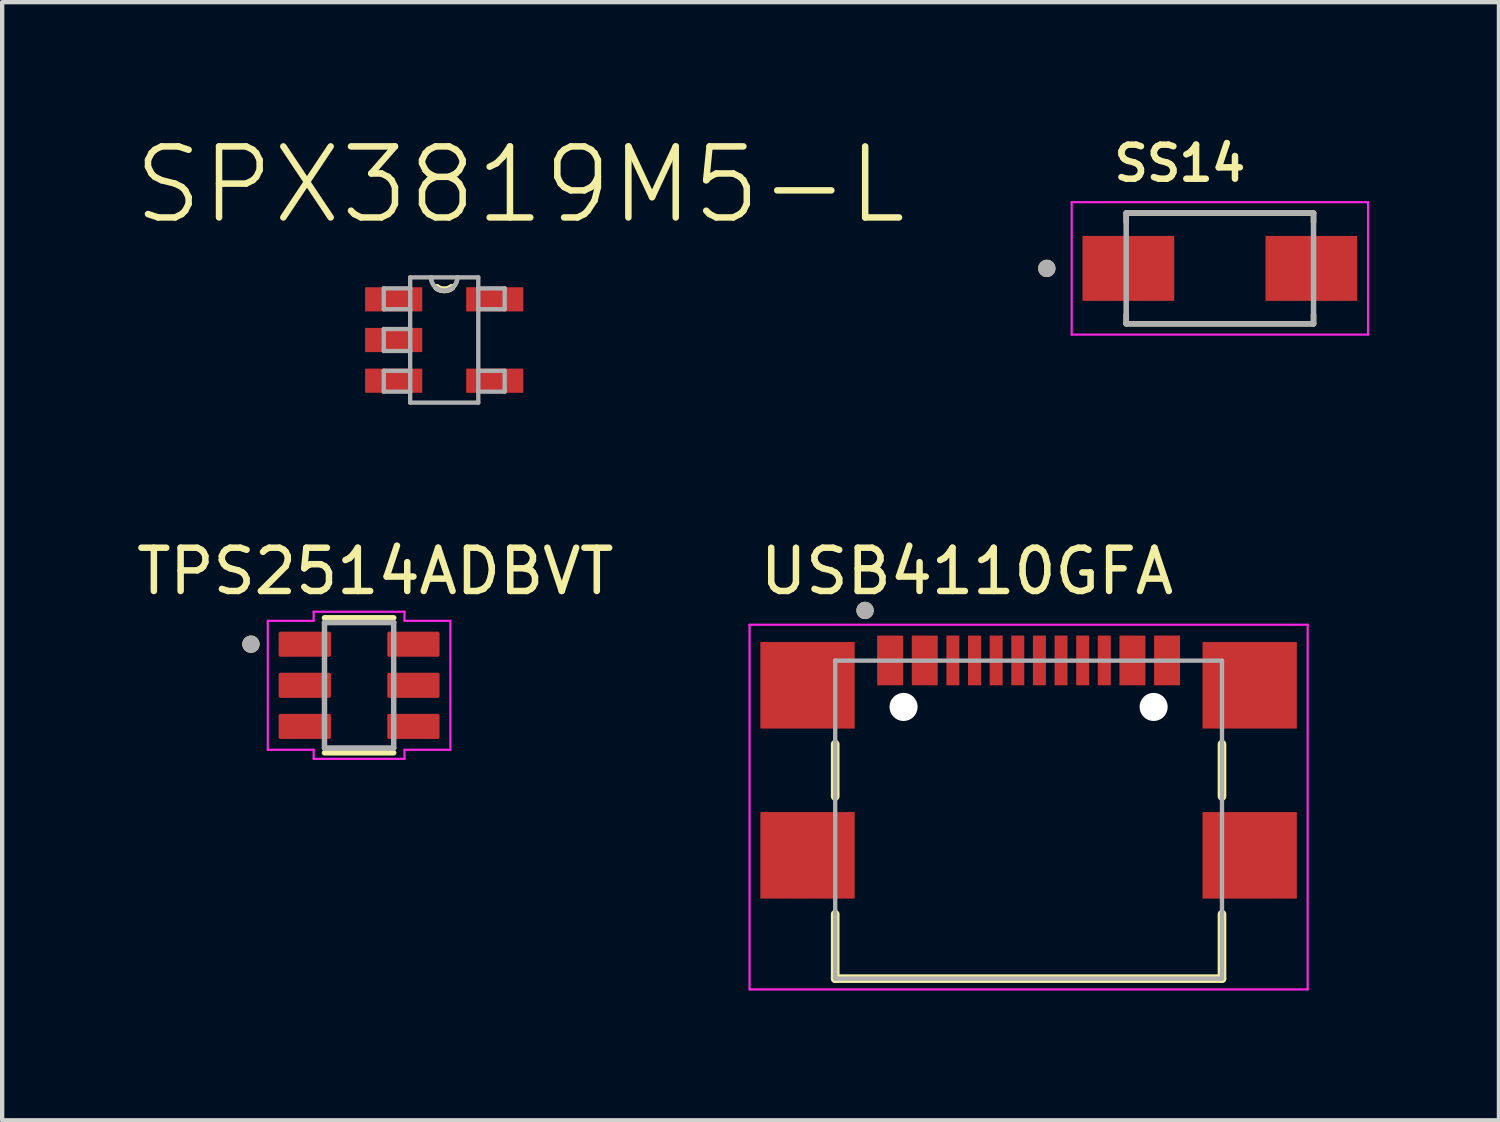
<source format=kicad_pcb>
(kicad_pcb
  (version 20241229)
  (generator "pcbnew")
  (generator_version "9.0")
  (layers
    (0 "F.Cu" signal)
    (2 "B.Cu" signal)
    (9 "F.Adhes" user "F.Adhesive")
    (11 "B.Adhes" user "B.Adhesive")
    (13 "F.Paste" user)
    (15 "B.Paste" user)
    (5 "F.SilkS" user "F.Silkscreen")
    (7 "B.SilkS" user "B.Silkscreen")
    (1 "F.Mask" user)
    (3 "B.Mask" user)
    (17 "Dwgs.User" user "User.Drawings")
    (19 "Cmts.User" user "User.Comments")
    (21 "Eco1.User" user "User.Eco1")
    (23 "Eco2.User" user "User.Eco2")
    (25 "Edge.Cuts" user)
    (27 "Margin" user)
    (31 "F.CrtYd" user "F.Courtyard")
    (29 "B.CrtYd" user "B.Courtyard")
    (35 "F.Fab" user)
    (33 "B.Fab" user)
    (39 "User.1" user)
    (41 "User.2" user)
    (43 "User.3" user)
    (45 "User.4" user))
  (footprint "USB4110GFA"
    (layer "F.Cu")
    (at 20.725 13.29)
    (property "Reference" "USB4110GFA" (at -1.425 -3.135 0) (layer "F.SilkS") (effects (font (size 1 1) (thickness 0.15))))
    (attr smd)
    (fp_line (start -4.47 0.86) (end -4.47 2.07) (stroke (width 0.2) (type solid)) (layer "F.SilkS"))
    (fp_line (start -4.47 4.79) (end -4.47 6.28) (stroke (width 0.2) (type solid)) (layer "F.SilkS"))
    (fp_line (start -4.47 6.28) (end 4.47 6.28) (stroke (width 0.2) (type solid)) (layer "F.SilkS"))
    (fp_line (start 4.47 0.86) (end 4.47 2.07) (stroke (width 0.2) (type solid)) (layer "F.SilkS"))
    (fp_line (start 4.47 6.28) (end 4.47 4.79) (stroke (width 0.2) (type solid)) (layer "F.SilkS"))
    (fp_circle (center -3.78 -2.23) (end -3.68 -2.23) (stroke (width 0.2) (type solid)) (fill no) (layer "F.SilkS"))
    (fp_line (start -6.45 -1.9) (end 6.45 -1.9) (stroke (width 0.05) (type solid)) (layer "F.CrtYd"))
    (fp_line (start -6.45 6.53) (end -6.45 -1.9) (stroke (width 0.05) (type solid)) (layer "F.CrtYd"))
    (fp_line (start 6.45 -1.9) (end 6.45 6.53) (stroke (width 0.05) (type solid)) (layer "F.CrtYd"))
    (fp_line (start 6.45 6.53) (end -6.45 6.53) (stroke (width 0.05) (type solid)) (layer "F.CrtYd"))
    (fp_line (start -4.47 -1.07) (end -4.47 6.28) (stroke (width 0.1) (type solid)) (layer "F.Fab"))
    (fp_line (start -4.47 6.28) (end 4.47 6.28) (stroke (width 0.1) (type solid)) (layer "F.Fab"))
    (fp_line (start 4.47 -1.07) (end -4.47 -1.07) (stroke (width 0.1) (type solid)) (layer "F.Fab"))
    (fp_line (start 4.47 6.28) (end 4.47 -1.07) (stroke (width 0.1) (type solid)) (layer "F.Fab"))
    (fp_circle (center -3.78 -2.23) (end -3.68 -2.23) (stroke (width 0.2) (type solid)) (fill no) (layer "F.Fab"))
    (pad "" np_thru_hole circle (at -2.89 0) (size 0.65 0.65) (drill 0.65) (layers "*.Cu" "*.Mask"))
    (pad "" np_thru_hole circle (at 2.89 0) (size 0.65 0.65) (drill 0.65) (layers "*.Cu" "*.Mask"))
    (pad "A1/B12" smd rect (at -3.2 -1.075) (size 0.6 1.15) (layers "F.Cu" "F.Mask" "F.Paste"))
    (pad "A4/B9" smd rect (at -2.4 -1.075) (size 0.6 1.15) (layers "F.Cu" "F.Mask" "F.Paste"))
    (pad "A5" smd rect (at -1.25 -1.075) (size 0.3 1.15) (layers "F.Cu" "F.Mask" "F.Paste"))
    (pad "A6" smd rect (at -0.25 -1.075) (size 0.3 1.15) (layers "F.Cu" "F.Mask" "F.Paste"))
    (pad "A7" smd rect (at 0.25 -1.075) (size 0.3 1.15) (layers "F.Cu" "F.Mask" "F.Paste"))
    (pad "A8" smd rect (at 1.25 -1.075) (size 0.3 1.15) (layers "F.Cu" "F.Mask" "F.Paste"))
    (pad "B1/A12" smd rect (at 3.2 -1.075) (size 0.6 1.15) (layers "F.Cu" "F.Mask" "F.Paste"))
    (pad "B4/A9" smd rect (at 2.4 -1.075) (size 0.6 1.15) (layers "F.Cu" "F.Mask" "F.Paste"))
    (pad "B5" smd rect (at 1.75 -1.075) (size 0.3 1.15) (layers "F.Cu" "F.Mask" "F.Paste"))
    (pad "B6" smd rect (at 0.75 -1.075) (size 0.3 1.15) (layers "F.Cu" "F.Mask" "F.Paste"))
    (pad "B7" smd rect (at -0.75 -1.075) (size 0.3 1.15) (layers "F.Cu" "F.Mask" "F.Paste"))
    (pad "B8" smd rect (at -1.75 -1.075) (size 0.3 1.15) (layers "F.Cu" "F.Mask" "F.Paste"))
    (pad "S1" smd rect (at -5.11 -0.5) (size 2.18 2) (layers "F.Cu" "F.Mask" "F.Paste"))
    (pad "S2" smd rect (at 5.11 -0.5) (size 2.18 2) (layers "F.Cu" "F.Mask" "F.Paste"))
    (pad "S3" smd rect (at -5.11 3.43) (size 2.18 2) (layers "F.Cu" "F.Mask" "F.Paste"))
    (pad "S4" smd rect (at 5.11 3.43) (size 2.18 2) (layers "F.Cu" "F.Mask" "F.Paste")))
  (footprint "TPS2514ADBVT"
    (layer "F.Cu")
    (at 5.25 12.79)
    (property "Reference" "TPS2514ADBVT" (at 0.375 -2.635 0) (layer "F.SilkS") (effects (font (size 1 1) (thickness 0.15))))
    (attr smd)
    (fp_line (start -0.8 1.56) (end 0.8 1.56) (stroke (width 0.127) (type solid)) (layer "F.SilkS"))
    (fp_line (start 0.8 -1.56) (end -0.8 -1.56) (stroke (width 0.127) (type solid)) (layer "F.SilkS"))
    (fp_circle (center -2.5 -0.95) (end -2.4 -0.95) (stroke (width 0.2) (type solid)) (fill no) (layer "F.SilkS"))
    (fp_line (start -2.11 -1.49) (end -2.11 1.49) (stroke (width 0.05) (type solid)) (layer "F.CrtYd"))
    (fp_line (start -2.11 -1.49) (end -1.05 -1.49) (stroke (width 0.05) (type solid)) (layer "F.CrtYd"))
    (fp_line (start -2.11 1.49) (end -1.05 1.49) (stroke (width 0.05) (type solid)) (layer "F.CrtYd"))
    (fp_line (start -1.05 -1.49) (end -1.05 -1.7) (stroke (width 0.05) (type solid)) (layer "F.CrtYd"))
    (fp_line (start -1.05 1.49) (end -1.05 1.7) (stroke (width 0.05) (type solid)) (layer "F.CrtYd"))
    (fp_line (start -1.05 1.7) (end 1.05 1.7) (stroke (width 0.05) (type solid)) (layer "F.CrtYd"))
    (fp_line (start 1.05 -1.7) (end -1.05 -1.7) (stroke (width 0.05) (type solid)) (layer "F.CrtYd"))
    (fp_line (start 1.05 -1.49) (end 1.05 -1.7) (stroke (width 0.05) (type solid)) (layer "F.CrtYd"))
    (fp_line (start 1.05 1.49) (end 1.05 1.7) (stroke (width 0.05) (type solid)) (layer "F.CrtYd"))
    (fp_line (start 2.11 -1.49) (end 1.05 -1.49) (stroke (width 0.05) (type solid)) (layer "F.CrtYd"))
    (fp_line (start 2.11 1.49) (end 1.05 1.49) (stroke (width 0.05) (type solid)) (layer "F.CrtYd"))
    (fp_line (start 2.11 1.49) (end 2.11 -1.49) (stroke (width 0.05) (type solid)) (layer "F.CrtYd"))
    (fp_line (start -0.8 -1.45) (end -0.8 1.45) (stroke (width 0.127) (type solid)) (layer "F.Fab"))
    (fp_line (start -0.8 1.45) (end 0.8 1.45) (stroke (width 0.127) (type solid)) (layer "F.Fab"))
    (fp_line (start 0.8 -1.45) (end -0.8 -1.45) (stroke (width 0.127) (type solid)) (layer "F.Fab"))
    (fp_line (start 0.8 1.45) (end 0.8 -1.45) (stroke (width 0.127) (type solid)) (layer "F.Fab"))
    (fp_circle (center -2.5 -0.95) (end -2.4 -0.95) (stroke (width 0.2) (type solid)) (fill no) (layer "F.Fab"))
    (pad "1" smd roundrect (at -1.255 -0.95) (size 1.21 0.58) (layers "F.Cu" "F.Mask" "F.Paste") (roundrect_rratio 0.07))
    (pad "2" smd roundrect (at -1.255 0) (size 1.21 0.58) (layers "F.Cu" "F.Mask" "F.Paste") (roundrect_rratio 0.07))
    (pad "3" smd roundrect (at -1.255 0.95) (size 1.21 0.58) (layers "F.Cu" "F.Mask" "F.Paste") (roundrect_rratio 0.07))
    (pad "4" smd roundrect (at 1.255 0.95) (size 1.21 0.58) (layers "F.Cu" "F.Mask" "F.Paste") (roundrect_rratio 0.07))
    (pad "5" smd roundrect (at 1.255 0) (size 1.21 0.58) (layers "F.Cu" "F.Mask" "F.Paste") (roundrect_rratio 0.07))
    (pad "6" smd roundrect (at 1.255 -0.95) (size 1.21 0.58) (layers "F.Cu" "F.Mask" "F.Paste") (roundrect_rratio 0.07)))
  (footprint "SPX3819M5-L"
    (layer "F.Cu")
    (at 7.218 4.809)
    (property "Reference" "SPX3819M5-L" (at 1.754 -3.585 0) (layer "F.SilkS") (effects (font (size 1.642 1.642) (thickness 0.15))))
    (attr smd)
    (fp_arc (start 0.1778 -1.2192) (mid 0 -1.157979) (end -0.1778 -1.2192) (stroke (width 0.1524) (type solid)) (layer "F.SilkS"))
    (fp_arc (start 0.1778 -1.2192) (mid 0 -1.157979) (end -0.1778 -1.2192) (stroke (width 0.1524) (type solid)) (layer "F.SilkS"))
    (fp_line (start -1.397 -1.194) (end -1.397 -0.711) (stroke (width 0.1) (type solid)) (layer "F.Fab"))
    (fp_line (start -1.397 -0.711) (end -0.787 -0.711) (stroke (width 0.1) (type solid)) (layer "F.Fab"))
    (fp_line (start -1.397 -0.254) (end -1.397 0.254) (stroke (width 0.1) (type solid)) (layer "F.Fab"))
    (fp_line (start -1.397 0.254) (end -0.787 0.254) (stroke (width 0.1) (type solid)) (layer "F.Fab"))
    (fp_line (start -1.397 0.711) (end -1.397 1.194) (stroke (width 0.1) (type solid)) (layer "F.Fab"))
    (fp_line (start -1.397 1.194) (end -0.787 1.194) (stroke (width 0.1) (type solid)) (layer "F.Fab"))
    (fp_line (start -0.787 -1.448) (end -0.787 -1.194) (stroke (width 0.1) (type solid)) (layer "F.Fab"))
    (fp_line (start -0.787 -1.194) (end -1.397 -1.194) (stroke (width 0.1) (type solid)) (layer "F.Fab"))
    (fp_line (start -0.787 -0.711) (end -0.787 -1.194) (stroke (width 0.1) (type solid)) (layer "F.Fab"))
    (fp_line (start -0.787 -0.711) (end -0.787 -0.254) (stroke (width 0.1) (type solid)) (layer "F.Fab"))
    (fp_line (start -0.787 -0.254) (end -1.397 -0.254) (stroke (width 0.1) (type solid)) (layer "F.Fab"))
    (fp_line (start -0.787 0.254) (end -0.787 -0.254) (stroke (width 0.1) (type solid)) (layer "F.Fab"))
    (fp_line (start -0.787 0.254) (end -0.787 0.711) (stroke (width 0.1) (type solid)) (layer "F.Fab"))
    (fp_line (start -0.787 0.711) (end -1.397 0.711) (stroke (width 0.1) (type solid)) (layer "F.Fab"))
    (fp_line (start -0.787 1.194) (end -0.787 0.711) (stroke (width 0.1) (type solid)) (layer "F.Fab"))
    (fp_line (start -0.787 1.448) (end -0.787 1.194) (stroke (width 0.1) (type solid)) (layer "F.Fab"))
    (fp_line (start -0.787 1.448) (end 0.787 1.448) (stroke (width 0.1) (type solid)) (layer "F.Fab"))
    (fp_line (start -0.305 -1.448) (end -0.787 -1.448) (stroke (width 0.1) (type solid)) (layer "F.Fab"))
    (fp_line (start 0.305 -1.448) (end -0.305 -1.448) (stroke (width 0.1) (type solid)) (layer "F.Fab"))
    (fp_line (start 0.787 -1.448) (end 0.305 -1.448) (stroke (width 0.1) (type solid)) (layer "F.Fab"))
    (fp_line (start 0.787 -1.448) (end 0.787 -1.194) (stroke (width 0.1) (type solid)) (layer "F.Fab"))
    (fp_line (start 0.787 -1.194) (end 0.787 -0.711) (stroke (width 0.1) (type solid)) (layer "F.Fab"))
    (fp_line (start 0.787 -0.711) (end 1.397 -0.711) (stroke (width 0.1) (type solid)) (layer "F.Fab"))
    (fp_line (start 0.787 0.711) (end 0.787 -0.711) (stroke (width 0.1) (type solid)) (layer "F.Fab"))
    (fp_line (start 0.787 0.711) (end 0.787 1.194) (stroke (width 0.1) (type solid)) (layer "F.Fab"))
    (fp_line (start 0.787 1.194) (end 1.397 1.194) (stroke (width 0.1) (type solid)) (layer "F.Fab"))
    (fp_line (start 0.787 1.448) (end 0.787 1.194) (stroke (width 0.1) (type solid)) (layer "F.Fab"))
    (fp_line (start 1.397 -1.194) (end 0.787 -1.194) (stroke (width 0.1) (type solid)) (layer "F.Fab"))
    (fp_line (start 1.397 -0.711) (end 1.397 -1.194) (stroke (width 0.1) (type solid)) (layer "F.Fab"))
    (fp_line (start 1.397 0.711) (end 0.787 0.711) (stroke (width 0.1) (type solid)) (layer "F.Fab"))
    (fp_line (start 1.397 1.194) (end 1.397 0.711) (stroke (width 0.1) (type solid)) (layer "F.Fab"))
    (fp_arc (start 0.3048 -1.4478) (mid 0 -1.143) (end -0.3048 -1.4478) (stroke (width 0.1) (type solid)) (layer "F.Fab"))
    (fp_arc (start 0.3048 -1.4478) (mid 0 -1.143) (end -0.3048 -1.4478) (stroke (width 0.1) (type solid)) (layer "F.Fab"))
    (pad "1" smd rect (at -1.168 -0.94) (size 1.321 0.559) (layers "F.Cu" "F.Mask" "F.Paste"))
    (pad "2" smd rect (at -1.168 0) (size 1.321 0.559) (layers "F.Cu" "F.Mask" "F.Paste"))
    (pad "3" smd rect (at -1.168 0.94) (size 1.321 0.559) (layers "F.Cu" "F.Mask" "F.Paste"))
    (pad "4" smd rect (at 1.168 0.94) (size 1.321 0.559) (layers "F.Cu" "F.Mask" "F.Paste"))
    (pad "5" smd rect (at 1.168 -0.94) (size 1.321 0.559) (layers "F.Cu" "F.Mask" "F.Paste")))
  (footprint "SS14"
    (layer "F.Cu")
    (at 25.146 3.154)
    (property "Reference" "SS14" (at -0.925 -2.43 0) (layer "F.SilkS") (effects (font (size 0.787 0.787) (thickness 0.15))))
    (attr smd)
    (fp_line (start -2.165 -1.28) (end -2.165 -1.07) (stroke (width 0.127) (type solid)) (layer "F.SilkS"))
    (fp_line (start -2.165 1.28) (end -2.165 1.07) (stroke (width 0.127) (type solid)) (layer "F.SilkS"))
    (fp_line (start -2.165 1.28) (end 2.165 1.28) (stroke (width 0.127) (type solid)) (layer "F.SilkS"))
    (fp_line (start 2.165 -1.28) (end -2.165 -1.28) (stroke (width 0.127) (type solid)) (layer "F.SilkS"))
    (fp_line (start 2.165 -1.07) (end 2.165 -1.28) (stroke (width 0.127) (type solid)) (layer "F.SilkS"))
    (fp_line (start 2.165 1.28) (end 2.165 1.07) (stroke (width 0.127) (type solid)) (layer "F.SilkS"))
    (fp_circle (center -4 0) (end -3.9 0) (stroke (width 0.2) (type solid)) (fill no) (layer "F.SilkS"))
    (fp_line (start -3.425 -1.53) (end -3.425 1.53) (stroke (width 0.05) (type solid)) (layer "F.CrtYd"))
    (fp_line (start -3.425 1.53) (end 3.425 1.53) (stroke (width 0.05) (type solid)) (layer "F.CrtYd"))
    (fp_line (start 3.425 -1.53) (end -3.425 -1.53) (stroke (width 0.05) (type solid)) (layer "F.CrtYd"))
    (fp_line (start 3.425 1.53) (end 3.425 -1.53) (stroke (width 0.05) (type solid)) (layer "F.CrtYd"))
    (fp_line (start -2.165 -1.28) (end -2.165 1.28) (stroke (width 0.127) (type solid)) (layer "F.Fab"))
    (fp_line (start -2.165 1.28) (end 2.165 1.28) (stroke (width 0.127) (type solid)) (layer "F.Fab"))
    (fp_line (start 2.165 -1.28) (end -2.165 -1.28) (stroke (width 0.127) (type solid)) (layer "F.Fab"))
    (fp_line (start 2.165 1.28) (end 2.165 -1.28) (stroke (width 0.127) (type solid)) (layer "F.Fab"))
    (fp_circle (center -4 0) (end -3.9 0) (stroke (width 0.2) (type solid)) (fill no) (layer "F.Fab"))
    (pad "A" smd rect (at 2.115 0) (size 2.12 1.5) (layers "F.Cu" "F.Mask" "F.Paste"))
    (pad "C" smd rect (at -2.115 0) (size 2.12 1.5) (layers "F.Cu" "F.Mask" "F.Paste")))
  (gr_rect
    (start -3 -3)
    (end 31.596 22.845)
    (stroke (width 0.1) (type default))
    (fill no)
    (layer "Edge.Cuts")))
</source>
